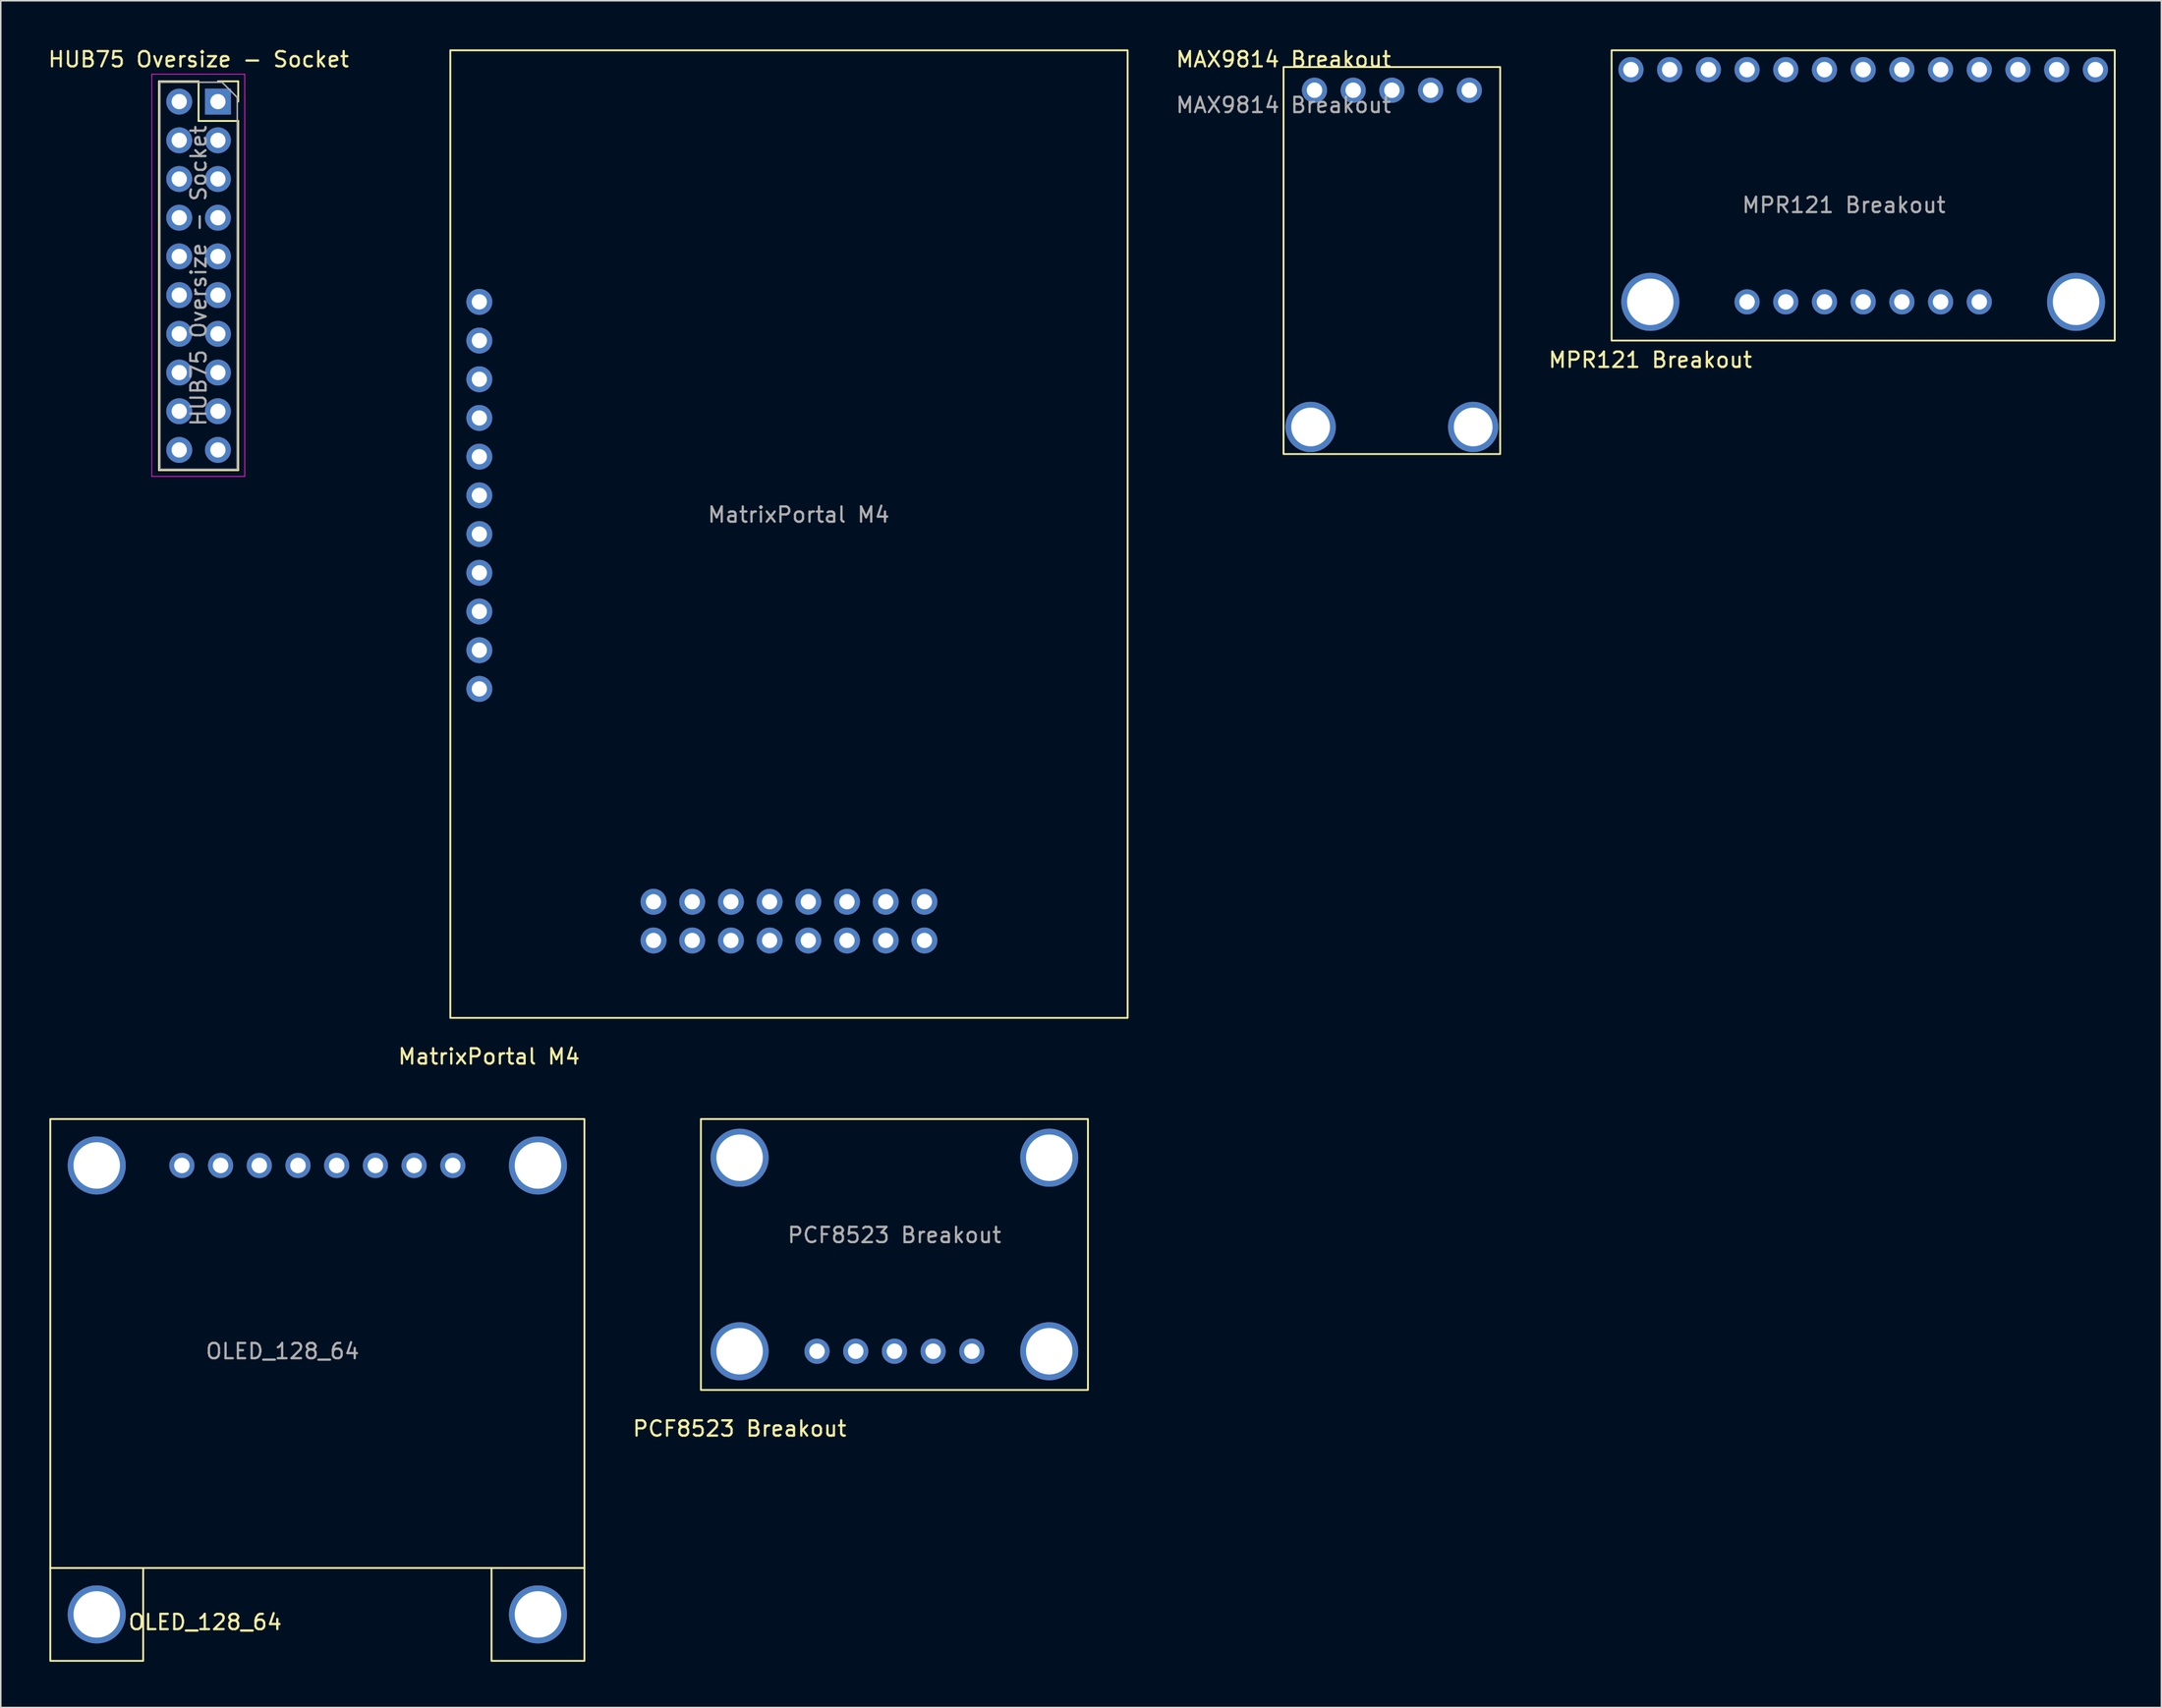
<source format=kicad_pcb>
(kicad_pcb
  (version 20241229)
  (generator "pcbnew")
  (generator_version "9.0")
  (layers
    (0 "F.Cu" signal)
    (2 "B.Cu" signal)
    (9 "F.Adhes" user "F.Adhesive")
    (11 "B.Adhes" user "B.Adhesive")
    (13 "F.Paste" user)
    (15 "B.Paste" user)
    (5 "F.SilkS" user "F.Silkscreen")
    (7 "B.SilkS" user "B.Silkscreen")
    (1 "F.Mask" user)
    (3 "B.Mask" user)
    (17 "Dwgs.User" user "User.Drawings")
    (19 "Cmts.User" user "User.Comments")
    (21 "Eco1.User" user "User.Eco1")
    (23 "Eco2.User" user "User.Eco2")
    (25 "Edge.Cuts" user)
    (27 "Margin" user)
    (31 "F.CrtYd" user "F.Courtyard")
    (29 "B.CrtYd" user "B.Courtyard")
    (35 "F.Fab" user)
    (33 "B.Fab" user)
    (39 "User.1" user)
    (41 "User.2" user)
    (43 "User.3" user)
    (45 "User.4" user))
  (footprint "MPR121 Breakout"
    (layer "F.Cu")
    (at 102.714 0.25)
    (property "Reference" "MPR121 Breakout" (at 2.54 20.32 0) (unlocked yes) (layer "F.SilkS") (effects (font (size 1 1) (thickness 0.15))))
    (attr through_hole)
    (fp_rect (start 0 0) (end 33.02 19.05) (stroke (width 0.12) (type solid)) (fill no) (layer "F.SilkS"))
    (fp_text user "${REFERENCE}" (at 15.24 10.16 0) (unlocked yes) (layer "F.Fab") (effects (font (size 1 1) (thickness 0.15))))
    (pad "" np_thru_hole circle (at 2.54 16.51) (size 3.81 3.81) (drill 3.048) (layers "*.Cu" "*.Mask"))
    (pad "" np_thru_hole circle (at 30.48 16.51) (size 3.81 3.81) (drill 3.048) (layers "*.Cu" "*.Mask"))
    (pad "1" thru_hole circle (at 8.89 16.51) (size 1.651 1.651) (drill 1.016) (layers "*.Cu" "*.Mask"))
    (pad "2" thru_hole circle (at 11.43 16.51) (size 1.651 1.651) (drill 1.016) (layers "*.Cu" "*.Mask"))
    (pad "3" thru_hole circle (at 13.97 16.51) (size 1.651 1.651) (drill 1.016) (layers "*.Cu" "*.Mask"))
    (pad "4" thru_hole circle (at 16.51 16.51) (size 1.651 1.651) (drill 1.016) (layers "*.Cu" "*.Mask"))
    (pad "5" thru_hole circle (at 19.05 16.51) (size 1.651 1.651) (drill 1.016) (layers "*.Cu" "*.Mask"))
    (pad "6" thru_hole circle (at 21.59 16.51) (size 1.651 1.651) (drill 1.016) (layers "*.Cu" "*.Mask"))
    (pad "7" thru_hole circle (at 24.13 16.51) (size 1.651 1.651) (drill 1.016) (layers "*.Cu" "*.Mask"))
    (pad "9" thru_hole circle (at 31.75 1.27) (size 1.651 1.651) (drill 1.016) (layers "*.Cu" "*.Mask"))
    (pad "10" thru_hole circle (at 29.21 1.27) (size 1.651 1.651) (drill 1.016) (layers "*.Cu" "*.Mask"))
    (pad "11" thru_hole circle (at 26.67 1.27) (size 1.651 1.651) (drill 1.016) (layers "*.Cu" "*.Mask"))
    (pad "12" thru_hole circle (at 24.13 1.27) (size 1.651 1.651) (drill 1.016) (layers "*.Cu" "*.Mask"))
    (pad "13" thru_hole circle (at 21.59 1.27) (size 1.651 1.651) (drill 1.016) (layers "*.Cu" "*.Mask"))
    (pad "14" thru_hole circle (at 19.05 1.27) (size 1.651 1.651) (drill 1.016) (layers "*.Cu" "*.Mask"))
    (pad "15" thru_hole circle (at 16.51 1.27) (size 1.651 1.651) (drill 1.016) (layers "*.Cu" "*.Mask"))
    (pad "16" thru_hole circle (at 13.97 1.27) (size 1.651 1.651) (drill 1.016) (layers "*.Cu" "*.Mask"))
    (pad "17" thru_hole circle (at 11.43 1.27) (size 1.651 1.651) (drill 1.016) (layers "*.Cu" "*.Mask"))
    (pad "18" thru_hole circle (at 8.89 1.27) (size 1.651 1.651) (drill 1.016) (layers "*.Cu" "*.Mask"))
    (pad "19" thru_hole circle (at 6.35 1.27) (size 1.651 1.651) (drill 1.016) (layers "*.Cu" "*.Mask"))
    (pad "20" thru_hole circle (at 3.81 1.27) (size 1.651 1.651) (drill 1.016) (layers "*.Cu" "*.Mask"))
    (pad "21" thru_hole circle (at 1.27 1.27) (size 1.651 1.651) (drill 1.016) (layers "*.Cu" "*.Mask")))
  (footprint "MAX9814 Breakout"
    (layer "F.Cu")
    (at 81.184 1.348)
    (property "Reference" "MAX9814 Breakout" (at 0 -0.5 0) (unlocked yes) (layer "F.SilkS") (effects (font (size 1 1) (thickness 0.15))))
    (attr through_hole)
    (fp_rect (start 0 0) (end 14.218 25.4) (stroke (width 0.12) (type solid)) (fill no) (layer "F.SilkS"))
    (fp_text user "${REFERENCE}" (at 0 2.5 0) (unlocked yes) (layer "F.Fab") (effects (font (size 1 1) (thickness 0.15))))
    (pad "" np_thru_hole circle (at 1.778 23.622) (size 3.302 3.302) (drill 2.54) (layers "*.Cu" "*.Mask"))
    (pad "" np_thru_hole circle (at 12.446 23.622) (size 3.302 3.302) (drill 2.54) (layers "*.Cu" "*.Mask"))
    (pad "1" thru_hole circle (at 2.032 1.524) (size 1.651 1.651) (drill 1.016) (layers "*.Cu" "*.Mask"))
    (pad "2" thru_hole circle (at 4.572 1.524) (size 1.651 1.651) (drill 1.016) (layers "*.Cu" "*.Mask"))
    (pad "3" thru_hole circle (at 7.112 1.524) (size 1.651 1.651) (drill 1.016) (layers "*.Cu" "*.Mask"))
    (pad "4" thru_hole circle (at 9.652 1.524) (size 1.651 1.651) (drill 1.016) (layers "*.Cu" "*.Mask"))
    (pad "5" thru_hole circle (at 12.192 1.524) (size 1.651 1.651) (drill 1.016) (layers "*.Cu" "*.Mask")))
  (footprint "OLED_128_64"
    (layer "F.Cu")
    (at 0.25 70.388)
    (property "Reference" "OLED_128_64" (at 10.16 33.02 0) (unlocked yes) (layer "F.SilkS") (effects (font (size 1 1) (thickness 0.15))))
    (attr through_hole)
    (fp_rect (start 0 0) (end 35.053 29.463) (stroke (width 0.12) (type solid)) (fill no) (layer "F.SilkS"))
    (fp_rect (start 0 29.463) (end 6.096 35.56) (stroke (width 0.12) (type solid)) (fill no) (layer "F.SilkS"))
    (fp_rect (start 35.053 29.463) (end 28.956 35.56) (stroke (width 0.12) (type solid)) (fill no) (layer "F.SilkS"))
    (fp_text user "${REFERENCE}" (at 15.24 15.24 0) (unlocked yes) (layer "F.Fab") (effects (font (size 1 1) (thickness 0.15))))
    (pad "" np_thru_hole circle (at 3.048 3.048) (size 3.81 3.81) (drill 3.048) (layers "*.Cu" "*.Mask"))
    (pad "" np_thru_hole circle (at 3.048 32.512) (size 3.81 3.81) (drill 3.048) (layers "*.Cu" "*.Mask"))
    (pad "" np_thru_hole circle (at 32.004 3.048) (size 3.81 3.81) (drill 3.048) (layers "*.Cu" "*.Mask"))
    (pad "" np_thru_hole circle (at 32.004 32.512) (size 3.81 3.81) (drill 3.048) (layers "*.Cu" "*.Mask"))
    (pad "1" thru_hole circle (at 8.636 3.048) (size 1.651 1.651) (drill 1.016) (layers "*.Cu" "*.Mask"))
    (pad "2" thru_hole circle (at 11.176 3.048) (size 1.651 1.651) (drill 1.016) (layers "*.Cu" "*.Mask"))
    (pad "3" thru_hole circle (at 13.716 3.048) (size 1.651 1.651) (drill 1.016) (layers "*.Cu" "*.Mask"))
    (pad "4" thru_hole circle (at 16.256 3.048) (size 1.651 1.651) (drill 1.016) (layers "*.Cu" "*.Mask"))
    (pad "5" thru_hole circle (at 18.796 3.048) (size 1.651 1.651) (drill 1.016) (layers "*.Cu" "*.Mask"))
    (pad "6" thru_hole circle (at 21.336 3.048) (size 1.651 1.651) (drill 1.016) (layers "*.Cu" "*.Mask"))
    (pad "7" thru_hole circle (at 23.876 3.048) (size 1.651 1.651) (drill 1.016) (layers "*.Cu" "*.Mask"))
    (pad "8" thru_hole circle (at 26.416 3.048) (size 1.651 1.651) (drill 1.016) (layers "*.Cu" "*.Mask")))
  (footprint "HUB75 Oversize - Socket"
    (layer "F.Cu")
    (at 11.252 3.618)
    (property "Reference" "HUB75 Oversize - Socket" (at -1.27 -2.77 0) (layer "F.SilkS") (effects (font (size 1 1) (thickness 0.15))))
    (attr through_hole)
    (fp_line (start -3.87 -1.33) (end -3.87 24.19) (stroke (width 0.12) (type solid)) (layer "F.SilkS"))
    (fp_line (start -3.87 -1.33) (end -1.27 -1.33) (stroke (width 0.12) (type solid)) (layer "F.SilkS"))
    (fp_line (start -3.87 24.19) (end 1.33 24.19) (stroke (width 0.12) (type solid)) (layer "F.SilkS"))
    (fp_line (start -1.27 -1.33) (end -1.27 1.27) (stroke (width 0.12) (type solid)) (layer "F.SilkS"))
    (fp_line (start -1.27 1.27) (end 1.33 1.27) (stroke (width 0.12) (type solid)) (layer "F.SilkS"))
    (fp_line (start 0 -1.33) (end 1.33 -1.33) (stroke (width 0.12) (type solid)) (layer "F.SilkS"))
    (fp_line (start 1.33 -1.33) (end 1.33 0) (stroke (width 0.12) (type solid)) (layer "F.SilkS"))
    (fp_line (start 1.33 1.27) (end 1.33 24.19) (stroke (width 0.12) (type solid)) (layer "F.SilkS"))
    (fp_line (start -4.34 -1.8) (end 1.76 -1.8) (stroke (width 0.05) (type solid)) (layer "F.CrtYd"))
    (fp_line (start -4.34 24.6) (end -4.34 -1.8) (stroke (width 0.05) (type solid)) (layer "F.CrtYd"))
    (fp_line (start 1.76 -1.8) (end 1.76 24.6) (stroke (width 0.05) (type solid)) (layer "F.CrtYd"))
    (fp_line (start 1.76 24.6) (end -4.34 24.6) (stroke (width 0.05) (type solid)) (layer "F.CrtYd"))
    (fp_line (start -3.81 -1.27) (end 0.27 -1.27) (stroke (width 0.1) (type solid)) (layer "F.Fab"))
    (fp_line (start -3.81 24.13) (end -3.81 -1.27) (stroke (width 0.1) (type solid)) (layer "F.Fab"))
    (fp_line (start 0.27 -1.27) (end 1.27 -0.27) (stroke (width 0.1) (type solid)) (layer "F.Fab"))
    (fp_line (start 1.27 -0.27) (end 1.27 24.13) (stroke (width 0.1) (type solid)) (layer "F.Fab"))
    (fp_line (start 1.27 24.13) (end -3.81 24.13) (stroke (width 0.1) (type solid)) (layer "F.Fab"))
    (fp_text user "${REFERENCE}" (at -1.27 11.43 90) (layer "F.Fab") (effects (font (size 1 1) (thickness 0.15))))
    (pad "1" thru_hole oval (at 0 2.54) (size 1.7 1.7) (drill 1) (layers "*.Cu" "*.Mask"))
    (pad "2" thru_hole oval (at -2.54 2.54) (size 1.7 1.7) (drill 1) (layers "*.Cu" "*.Mask"))
    (pad "3" thru_hole oval (at 0 5.08) (size 1.7 1.7) (drill 1) (layers "*.Cu" "*.Mask"))
    (pad "4" thru_hole oval (at -2.54 5.08) (size 1.7 1.7) (drill 1) (layers "*.Cu" "*.Mask"))
    (pad "5" thru_hole oval (at 0 7.62) (size 1.7 1.7) (drill 1) (layers "*.Cu" "*.Mask"))
    (pad "6" thru_hole oval (at -2.54 7.62) (size 1.7 1.7) (drill 1) (layers "*.Cu" "*.Mask"))
    (pad "7" thru_hole oval (at 0 10.16) (size 1.7 1.7) (drill 1) (layers "*.Cu" "*.Mask"))
    (pad "8" thru_hole oval (at -2.54 10.16) (size 1.7 1.7) (drill 1) (layers "*.Cu" "*.Mask"))
    (pad "9" thru_hole oval (at 0 12.7) (size 1.7 1.7) (drill 1) (layers "*.Cu" "*.Mask"))
    (pad "10" thru_hole oval (at -2.54 12.7) (size 1.7 1.7) (drill 1) (layers "*.Cu" "*.Mask"))
    (pad "11" thru_hole oval (at 0 15.24) (size 1.7 1.7) (drill 1) (layers "*.Cu" "*.Mask"))
    (pad "12" thru_hole oval (at -2.54 15.24) (size 1.7 1.7) (drill 1) (layers "*.Cu" "*.Mask"))
    (pad "13" thru_hole oval (at 0 17.78) (size 1.7 1.7) (drill 1) (layers "*.Cu" "*.Mask"))
    (pad "14" thru_hole oval (at -2.54 17.78) (size 1.7 1.7) (drill 1) (layers "*.Cu" "*.Mask"))
    (pad "15" thru_hole oval (at 0 20.32) (size 1.7 1.7) (drill 1) (layers "*.Cu" "*.Mask"))
    (pad "16" thru_hole oval (at -2.54 20.32) (size 1.7 1.7) (drill 1) (layers "*.Cu" "*.Mask"))
    (pad "17" thru_hole rect (at 0 0) (size 1.7 1.7) (drill 1) (layers "*.Cu" "*.Mask"))
    (pad "18" thru_hole oval (at -2.54 0) (size 1.7 1.7) (drill 1) (layers "*.Cu" "*.Mask"))
    (pad "19" thru_hole oval (at 0 22.86) (size 1.7 1.7) (drill 1) (layers "*.Cu" "*.Mask"))
    (pad "20" thru_hole oval (at -2.54 22.86) (size 1.7 1.7) (drill 1) (layers "*.Cu" "*.Mask")))
  (footprint "MatrixPortal M4"
    (layer "F.Cu")
    (at 26.502 0.25)
    (property "Reference" "MatrixPortal M4" (at 2.54 66.04 0) (unlocked yes) (layer "F.SilkS") (effects (font (size 1 1) (thickness 0.15))))
    (attr through_hole)
    (fp_rect (start 0 0) (end 44.45 63.5) (stroke (width 0.12) (type solid)) (fill no) (layer "F.SilkS"))
    (fp_text user "${REFERENCE}" (at 22.86 30.48 0) (unlocked yes) (layer "F.Fab") (effects (font (size 1 1) (thickness 0.15))))
    (pad "1" thru_hole circle (at 1.905 16.51) (size 1.7 1.7) (drill 1) (layers "*.Cu" "*.Mask"))
    (pad "2" thru_hole circle (at 1.905 19.05) (size 1.7 1.7) (drill 1) (layers "*.Cu" "*.Mask"))
    (pad "3" thru_hole circle (at 1.905 21.59) (size 1.7 1.7) (drill 1) (layers "*.Cu" "*.Mask"))
    (pad "4" thru_hole circle (at 1.905 24.13) (size 1.7 1.7) (drill 1) (layers "*.Cu" "*.Mask"))
    (pad "5" thru_hole circle (at 1.905 26.67) (size 1.7 1.7) (drill 1) (layers "*.Cu" "*.Mask"))
    (pad "6" thru_hole circle (at 1.905 29.21) (size 1.7 1.7) (drill 1) (layers "*.Cu" "*.Mask"))
    (pad "7" thru_hole circle (at 1.905 31.75) (size 1.7 1.7) (drill 1) (layers "*.Cu" "*.Mask"))
    (pad "8" thru_hole circle (at 1.905 34.29) (size 1.7 1.7) (drill 1) (layers "*.Cu" "*.Mask"))
    (pad "9" thru_hole circle (at 1.905 36.83) (size 1.7 1.7) (drill 1) (layers "*.Cu" "*.Mask"))
    (pad "10" thru_hole circle (at 1.905 39.37) (size 1.7 1.7) (drill 1) (layers "*.Cu" "*.Mask"))
    (pad "11" thru_hole circle (at 1.905 41.91) (size 1.7 1.7) (drill 1) (layers "*.Cu" "*.Mask"))
    (pad "21" thru_hole circle (at 31.115 55.88) (size 1.7 1.7) (drill 1) (layers "*.Cu" "*.Mask"))
    (pad "22" thru_hole circle (at 31.115 58.42) (size 1.7 1.7) (drill 1) (layers "*.Cu" "*.Mask"))
    (pad "23" thru_hole circle (at 28.575 55.88) (size 1.7 1.7) (drill 1) (layers "*.Cu" "*.Mask"))
    (pad "24" thru_hole circle (at 28.575 58.42) (size 1.7 1.7) (drill 1) (layers "*.Cu" "*.Mask"))
    (pad "25" thru_hole circle (at 26.035 55.88) (size 1.7 1.7) (drill 1) (layers "*.Cu" "*.Mask"))
    (pad "26" thru_hole circle (at 26.035 58.42) (size 1.7 1.7) (drill 1) (layers "*.Cu" "*.Mask"))
    (pad "27" thru_hole circle (at 23.495 55.88) (size 1.7 1.7) (drill 1) (layers "*.Cu" "*.Mask"))
    (pad "28" thru_hole circle (at 23.495 58.42) (size 1.7 1.7) (drill 1) (layers "*.Cu" "*.Mask"))
    (pad "29" thru_hole circle (at 20.955 55.88) (size 1.7 1.7) (drill 1) (layers "*.Cu" "*.Mask"))
    (pad "30" thru_hole circle (at 20.955 58.42) (size 1.7 1.7) (drill 1) (layers "*.Cu" "*.Mask"))
    (pad "31" thru_hole circle (at 18.415 55.88) (size 1.7 1.7) (drill 1) (layers "*.Cu" "*.Mask"))
    (pad "32" thru_hole circle (at 18.415 58.42) (size 1.7 1.7) (drill 1) (layers "*.Cu" "*.Mask"))
    (pad "33" thru_hole circle (at 15.875 55.88) (size 1.7 1.7) (drill 1) (layers "*.Cu" "*.Mask"))
    (pad "34" thru_hole circle (at 15.875 58.42) (size 1.7 1.7) (drill 1) (layers "*.Cu" "*.Mask"))
    (pad "35" thru_hole circle (at 13.335 55.88) (size 1.7 1.7) (drill 1) (layers "*.Cu" "*.Mask"))
    (pad "36" thru_hole circle (at 13.335 58.42) (size 1.7 1.7) (drill 1) (layers "*.Cu" "*.Mask")))
  (footprint "PCF8523 Breakout"
    (layer "F.Cu")
    (at 42.948 70.388)
    (property "Reference" "PCF8523 Breakout" (at 2.54 20.32 0) (unlocked yes) (layer "F.SilkS") (effects (font (size 1 1) (thickness 0.15))))
    (attr through_hole)
    (fp_rect (start 0 0) (end 25.4 17.78) (stroke (width 0.12) (type solid)) (fill no) (layer "F.SilkS"))
    (fp_text user "${REFERENCE}" (at 12.7 7.62 0) (unlocked yes) (layer "F.Fab") (effects (font (size 1 1) (thickness 0.15))))
    (pad "" np_thru_hole circle (at 2.54 2.54) (size 3.81 3.81) (drill 3.048) (layers "*.Cu" "*.Mask"))
    (pad "" np_thru_hole circle (at 2.54 15.24) (size 3.81 3.81) (drill 3.048) (layers "*.Cu" "*.Mask"))
    (pad "" np_thru_hole circle (at 22.86 2.54) (size 3.81 3.81) (drill 3.048) (layers "*.Cu" "*.Mask"))
    (pad "" np_thru_hole circle (at 22.86 15.24) (size 3.81 3.81) (drill 3.048) (layers "*.Cu" "*.Mask"))
    (pad "1" thru_hole circle (at 7.62 15.24) (size 1.651 1.651) (drill 1.016) (layers "*.Cu" "*.Mask"))
    (pad "2" thru_hole circle (at 10.16 15.24) (size 1.651 1.651) (drill 1.016) (layers "*.Cu" "*.Mask"))
    (pad "3" thru_hole circle (at 12.7 15.24) (size 1.651 1.651) (drill 1.016) (layers "*.Cu" "*.Mask"))
    (pad "4" thru_hole circle (at 15.24 15.24) (size 1.651 1.651) (drill 1.016) (layers "*.Cu" "*.Mask"))
    (pad "5" thru_hole circle (at 17.78 15.24) (size 1.651 1.651) (drill 1.016) (layers "*.Cu" "*.Mask")))
  (gr_rect
    (start -3 -3)
    (end 138.794 109.008)
    (stroke (width 0.1) (type default))
    (fill no)
    (layer "Edge.Cuts")))
</source>
